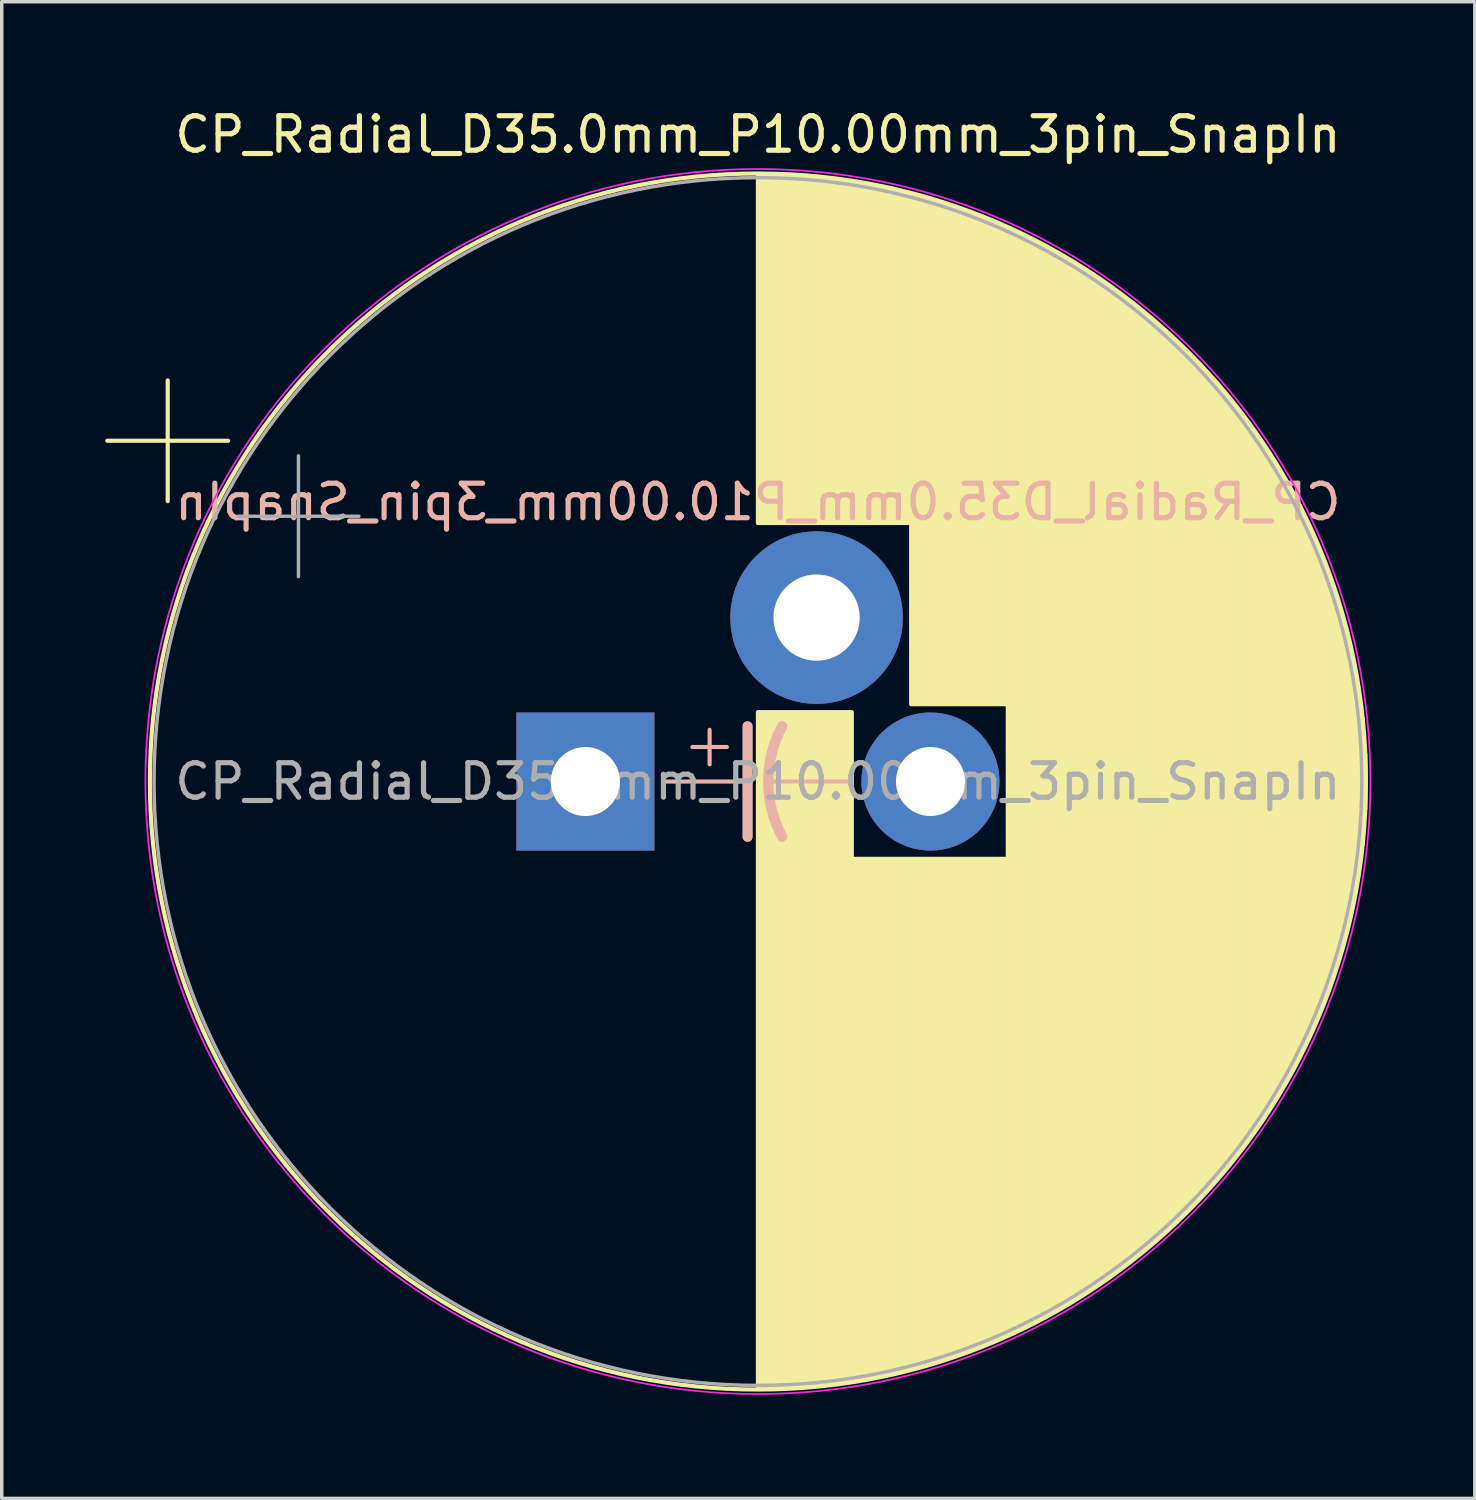
<source format=kicad_pcb>
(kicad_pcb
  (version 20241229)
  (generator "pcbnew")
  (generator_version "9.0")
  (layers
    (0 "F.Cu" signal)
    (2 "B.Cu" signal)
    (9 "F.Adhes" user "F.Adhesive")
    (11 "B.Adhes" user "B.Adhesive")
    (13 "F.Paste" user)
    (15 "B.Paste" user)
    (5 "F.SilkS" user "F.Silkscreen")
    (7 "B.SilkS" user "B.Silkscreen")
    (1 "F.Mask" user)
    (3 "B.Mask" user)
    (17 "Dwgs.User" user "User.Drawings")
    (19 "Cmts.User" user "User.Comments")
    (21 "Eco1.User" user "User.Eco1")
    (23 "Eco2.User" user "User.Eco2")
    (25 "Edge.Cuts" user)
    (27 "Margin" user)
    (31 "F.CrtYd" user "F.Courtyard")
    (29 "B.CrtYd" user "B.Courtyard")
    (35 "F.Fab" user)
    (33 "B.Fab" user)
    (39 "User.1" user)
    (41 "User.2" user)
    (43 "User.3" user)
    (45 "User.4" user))
  (footprint "CP_Radial_D35.0mm_P10.00mm_3pin_SnapIn"
    (layer "F.Cu")
    (at 13.914 19.598)
    (property "Reference" "CP_Radial_D35.0mm_P10.00mm_3pin_SnapIn" (at 5 -18.75 0) (layer "F.SilkS") (effects (font (size 1 1) (thickness 0.15))))
    (fp_line (start -13.854 -9.875) (end -10.354 -9.875) (stroke (width 0.12) (type solid)) (layer "F.SilkS"))
    (fp_line (start -12.104 -11.625) (end -12.104 -8.125) (stroke (width 0.12) (type solid)) (layer "F.SilkS"))
    (fp_line (start 5 -17.58) (end 5 -7.49) (stroke (width 0.12) (type solid)) (layer "F.SilkS"))
    (fp_line (start 5 -2.01) (end 5 17.58) (stroke (width 0.12) (type solid)) (layer "F.SilkS"))
    (fp_line (start 5.04 -17.58) (end 5.04 -7.49) (stroke (width 0.12) (type solid)) (layer "F.SilkS"))
    (fp_line (start 5.04 -2.01) (end 5.04 17.58) (stroke (width 0.12) (type solid)) (layer "F.SilkS"))
    (fp_line (start 5.08 -17.58) (end 5.08 -7.49) (stroke (width 0.12) (type solid)) (layer "F.SilkS"))
    (fp_line (start 5.08 -2.01) (end 5.08 17.58) (stroke (width 0.12) (type solid)) (layer "F.SilkS"))
    (fp_line (start 5.12 -17.58) (end 5.12 -7.49) (stroke (width 0.12) (type solid)) (layer "F.SilkS"))
    (fp_line (start 5.12 -2.01) (end 5.12 17.58) (stroke (width 0.12) (type solid)) (layer "F.SilkS"))
    (fp_line (start 5.16 -17.58) (end 5.16 -7.49) (stroke (width 0.12) (type solid)) (layer "F.SilkS"))
    (fp_line (start 5.16 -2.01) (end 5.16 17.58) (stroke (width 0.12) (type solid)) (layer "F.SilkS"))
    (fp_line (start 5.2 -17.579) (end 5.2 -7.49) (stroke (width 0.12) (type solid)) (layer "F.SilkS"))
    (fp_line (start 5.2 -2.01) (end 5.2 17.579) (stroke (width 0.12) (type solid)) (layer "F.SilkS"))
    (fp_line (start 5.24 -17.579) (end 5.24 -7.49) (stroke (width 0.12) (type solid)) (layer "F.SilkS"))
    (fp_line (start 5.24 -2.01) (end 5.24 17.579) (stroke (width 0.12) (type solid)) (layer "F.SilkS"))
    (fp_line (start 5.28 -17.578) (end 5.28 -7.49) (stroke (width 0.12) (type solid)) (layer "F.SilkS"))
    (fp_line (start 5.28 -2.01) (end 5.28 17.578) (stroke (width 0.12) (type solid)) (layer "F.SilkS"))
    (fp_line (start 5.32 -17.578) (end 5.32 -7.49) (stroke (width 0.12) (type solid)) (layer "F.SilkS"))
    (fp_line (start 5.32 -2.01) (end 5.32 17.578) (stroke (width 0.12) (type solid)) (layer "F.SilkS"))
    (fp_line (start 5.36 -17.577) (end 5.36 -7.49) (stroke (width 0.12) (type solid)) (layer "F.SilkS"))
    (fp_line (start 5.36 -2.01) (end 5.36 17.577) (stroke (width 0.12) (type solid)) (layer "F.SilkS"))
    (fp_line (start 5.4 -17.576) (end 5.4 -7.49) (stroke (width 0.12) (type solid)) (layer "F.SilkS"))
    (fp_line (start 5.4 -2.01) (end 5.4 17.576) (stroke (width 0.12) (type solid)) (layer "F.SilkS"))
    (fp_line (start 5.44 -17.575) (end 5.44 -7.49) (stroke (width 0.12) (type solid)) (layer "F.SilkS"))
    (fp_line (start 5.44 -2.01) (end 5.44 17.575) (stroke (width 0.12) (type solid)) (layer "F.SilkS"))
    (fp_line (start 5.48 -17.574) (end 5.48 -7.49) (stroke (width 0.12) (type solid)) (layer "F.SilkS"))
    (fp_line (start 5.48 -2.01) (end 5.48 17.574) (stroke (width 0.12) (type solid)) (layer "F.SilkS"))
    (fp_line (start 5.52 -17.573) (end 5.52 -7.49) (stroke (width 0.12) (type solid)) (layer "F.SilkS"))
    (fp_line (start 5.52 -2.01) (end 5.52 17.573) (stroke (width 0.12) (type solid)) (layer "F.SilkS"))
    (fp_line (start 5.56 -17.572) (end 5.56 -7.49) (stroke (width 0.12) (type solid)) (layer "F.SilkS"))
    (fp_line (start 5.56 -2.01) (end 5.56 17.572) (stroke (width 0.12) (type solid)) (layer "F.SilkS"))
    (fp_line (start 5.6 -17.57) (end 5.6 -7.49) (stroke (width 0.12) (type solid)) (layer "F.SilkS"))
    (fp_line (start 5.6 -2.01) (end 5.6 17.57) (stroke (width 0.12) (type solid)) (layer "F.SilkS"))
    (fp_line (start 5.64 -17.569) (end 5.64 -7.49) (stroke (width 0.12) (type solid)) (layer "F.SilkS"))
    (fp_line (start 5.64 -2.01) (end 5.64 17.569) (stroke (width 0.12) (type solid)) (layer "F.SilkS"))
    (fp_line (start 5.68 -17.567) (end 5.68 -7.49) (stroke (width 0.12) (type solid)) (layer "F.SilkS"))
    (fp_line (start 5.68 -2.01) (end 5.68 17.567) (stroke (width 0.12) (type solid)) (layer "F.SilkS"))
    (fp_line (start 5.721 -17.566) (end 5.721 -7.49) (stroke (width 0.12) (type solid)) (layer "F.SilkS"))
    (fp_line (start 5.721 -2.01) (end 5.721 17.566) (stroke (width 0.12) (type solid)) (layer "F.SilkS"))
    (fp_line (start 5.761 -17.564) (end 5.761 -7.49) (stroke (width 0.12) (type solid)) (layer "F.SilkS"))
    (fp_line (start 5.761 -2.01) (end 5.761 17.564) (stroke (width 0.12) (type solid)) (layer "F.SilkS"))
    (fp_line (start 5.801 -17.562) (end 5.801 -7.49) (stroke (width 0.12) (type solid)) (layer "F.SilkS"))
    (fp_line (start 5.801 -2.01) (end 5.801 17.562) (stroke (width 0.12) (type solid)) (layer "F.SilkS"))
    (fp_line (start 5.841 -17.56) (end 5.841 -7.49) (stroke (width 0.12) (type solid)) (layer "F.SilkS"))
    (fp_line (start 5.841 -2.01) (end 5.841 17.56) (stroke (width 0.12) (type solid)) (layer "F.SilkS"))
    (fp_line (start 5.881 -17.559) (end 5.881 -7.49) (stroke (width 0.12) (type solid)) (layer "F.SilkS"))
    (fp_line (start 5.881 -2.01) (end 5.881 17.559) (stroke (width 0.12) (type solid)) (layer "F.SilkS"))
    (fp_line (start 5.921 -17.556) (end 5.921 -7.49) (stroke (width 0.12) (type solid)) (layer "F.SilkS"))
    (fp_line (start 5.921 -2.01) (end 5.921 17.556) (stroke (width 0.12) (type solid)) (layer "F.SilkS"))
    (fp_line (start 5.961 -17.554) (end 5.961 -7.49) (stroke (width 0.12) (type solid)) (layer "F.SilkS"))
    (fp_line (start 5.961 -2.01) (end 5.961 17.554) (stroke (width 0.12) (type solid)) (layer "F.SilkS"))
    (fp_line (start 6.001 -17.552) (end 6.001 -7.49) (stroke (width 0.12) (type solid)) (layer "F.SilkS"))
    (fp_line (start 6.001 -2.01) (end 6.001 17.552) (stroke (width 0.12) (type solid)) (layer "F.SilkS"))
    (fp_line (start 6.041 -17.55) (end 6.041 -7.49) (stroke (width 0.12) (type solid)) (layer "F.SilkS"))
    (fp_line (start 6.041 -2.01) (end 6.041 17.55) (stroke (width 0.12) (type solid)) (layer "F.SilkS"))
    (fp_line (start 6.081 -17.547) (end 6.081 -7.49) (stroke (width 0.12) (type solid)) (layer "F.SilkS"))
    (fp_line (start 6.081 -2.01) (end 6.081 17.547) (stroke (width 0.12) (type solid)) (layer "F.SilkS"))
    (fp_line (start 6.121 -17.545) (end 6.121 -7.49) (stroke (width 0.12) (type solid)) (layer "F.SilkS"))
    (fp_line (start 6.121 -2.01) (end 6.121 17.545) (stroke (width 0.12) (type solid)) (layer "F.SilkS"))
    (fp_line (start 6.161 -17.542) (end 6.161 -7.49) (stroke (width 0.12) (type solid)) (layer "F.SilkS"))
    (fp_line (start 6.161 -2.01) (end 6.161 17.542) (stroke (width 0.12) (type solid)) (layer "F.SilkS"))
    (fp_line (start 6.201 -17.54) (end 6.201 -7.49) (stroke (width 0.12) (type solid)) (layer "F.SilkS"))
    (fp_line (start 6.201 -2.01) (end 6.201 17.54) (stroke (width 0.12) (type solid)) (layer "F.SilkS"))
    (fp_line (start 6.241 -17.537) (end 6.241 -7.49) (stroke (width 0.12) (type solid)) (layer "F.SilkS"))
    (fp_line (start 6.241 -2.01) (end 6.241 17.537) (stroke (width 0.12) (type solid)) (layer "F.SilkS"))
    (fp_line (start 6.281 -17.534) (end 6.281 -7.49) (stroke (width 0.12) (type solid)) (layer "F.SilkS"))
    (fp_line (start 6.281 -2.01) (end 6.281 17.534) (stroke (width 0.12) (type solid)) (layer "F.SilkS"))
    (fp_line (start 6.321 -17.531) (end 6.321 -7.49) (stroke (width 0.12) (type solid)) (layer "F.SilkS"))
    (fp_line (start 6.321 -2.01) (end 6.321 17.531) (stroke (width 0.12) (type solid)) (layer "F.SilkS"))
    (fp_line (start 6.361 -17.528) (end 6.361 -7.49) (stroke (width 0.12) (type solid)) (layer "F.SilkS"))
    (fp_line (start 6.361 -2.01) (end 6.361 17.528) (stroke (width 0.12) (type solid)) (layer "F.SilkS"))
    (fp_line (start 6.401 -17.525) (end 6.401 -7.49) (stroke (width 0.12) (type solid)) (layer "F.SilkS"))
    (fp_line (start 6.401 -2.01) (end 6.401 17.525) (stroke (width 0.12) (type solid)) (layer "F.SilkS"))
    (fp_line (start 6.441 -17.522) (end 6.441 -7.49) (stroke (width 0.12) (type solid)) (layer "F.SilkS"))
    (fp_line (start 6.441 -2.01) (end 6.441 17.522) (stroke (width 0.12) (type solid)) (layer "F.SilkS"))
    (fp_line (start 6.481 -17.518) (end 6.481 -7.49) (stroke (width 0.12) (type solid)) (layer "F.SilkS"))
    (fp_line (start 6.481 -2.01) (end 6.481 17.518) (stroke (width 0.12) (type solid)) (layer "F.SilkS"))
    (fp_line (start 6.521 -17.515) (end 6.521 -7.49) (stroke (width 0.12) (type solid)) (layer "F.SilkS"))
    (fp_line (start 6.521 -2.01) (end 6.521 17.515) (stroke (width 0.12) (type solid)) (layer "F.SilkS"))
    (fp_line (start 6.561 -17.511) (end 6.561 -7.49) (stroke (width 0.12) (type solid)) (layer "F.SilkS"))
    (fp_line (start 6.561 -2.01) (end 6.561 17.511) (stroke (width 0.12) (type solid)) (layer "F.SilkS"))
    (fp_line (start 6.601 -17.508) (end 6.601 -7.49) (stroke (width 0.12) (type solid)) (layer "F.SilkS"))
    (fp_line (start 6.601 -2.01) (end 6.601 17.508) (stroke (width 0.12) (type solid)) (layer "F.SilkS"))
    (fp_line (start 6.641 -17.504) (end 6.641 -7.49) (stroke (width 0.12) (type solid)) (layer "F.SilkS"))
    (fp_line (start 6.641 -2.01) (end 6.641 17.504) (stroke (width 0.12) (type solid)) (layer "F.SilkS"))
    (fp_line (start 6.681 -17.5) (end 6.681 -7.49) (stroke (width 0.12) (type solid)) (layer "F.SilkS"))
    (fp_line (start 6.681 -2.01) (end 6.681 17.5) (stroke (width 0.12) (type solid)) (layer "F.SilkS"))
    (fp_line (start 6.721 -17.496) (end 6.721 -7.49) (stroke (width 0.12) (type solid)) (layer "F.SilkS"))
    (fp_line (start 6.721 -2.01) (end 6.721 17.496) (stroke (width 0.12) (type solid)) (layer "F.SilkS"))
    (fp_line (start 6.761 -17.492) (end 6.761 -7.49) (stroke (width 0.12) (type solid)) (layer "F.SilkS"))
    (fp_line (start 6.761 -2.01) (end 6.761 17.492) (stroke (width 0.12) (type solid)) (layer "F.SilkS"))
    (fp_line (start 6.801 -17.488) (end 6.801 -7.49) (stroke (width 0.12) (type solid)) (layer "F.SilkS"))
    (fp_line (start 6.801 -2.01) (end 6.801 17.488) (stroke (width 0.12) (type solid)) (layer "F.SilkS"))
    (fp_line (start 6.841 -17.484) (end 6.841 -7.49) (stroke (width 0.12) (type solid)) (layer "F.SilkS"))
    (fp_line (start 6.841 -2.01) (end 6.841 17.484) (stroke (width 0.12) (type solid)) (layer "F.SilkS"))
    (fp_line (start 6.881 -17.48) (end 6.881 -7.49) (stroke (width 0.12) (type solid)) (layer "F.SilkS"))
    (fp_line (start 6.881 -2.01) (end 6.881 17.48) (stroke (width 0.12) (type solid)) (layer "F.SilkS"))
    (fp_line (start 6.921 -17.476) (end 6.921 -7.49) (stroke (width 0.12) (type solid)) (layer "F.SilkS"))
    (fp_line (start 6.921 -2.01) (end 6.921 17.476) (stroke (width 0.12) (type solid)) (layer "F.SilkS"))
    (fp_line (start 6.961 -17.471) (end 6.961 -7.49) (stroke (width 0.12) (type solid)) (layer "F.SilkS"))
    (fp_line (start 6.961 -2.01) (end 6.961 17.471) (stroke (width 0.12) (type solid)) (layer "F.SilkS"))
    (fp_line (start 7.001 -17.467) (end 7.001 -7.49) (stroke (width 0.12) (type solid)) (layer "F.SilkS"))
    (fp_line (start 7.001 -2.01) (end 7.001 17.467) (stroke (width 0.12) (type solid)) (layer "F.SilkS"))
    (fp_line (start 7.041 -17.462) (end 7.041 -7.49) (stroke (width 0.12) (type solid)) (layer "F.SilkS"))
    (fp_line (start 7.041 -2.01) (end 7.041 17.462) (stroke (width 0.12) (type solid)) (layer "F.SilkS"))
    (fp_line (start 7.081 -17.457) (end 7.081 -7.49) (stroke (width 0.12) (type solid)) (layer "F.SilkS"))
    (fp_line (start 7.081 -2.01) (end 7.081 17.457) (stroke (width 0.12) (type solid)) (layer "F.SilkS"))
    (fp_line (start 7.121 -17.452) (end 7.121 -7.49) (stroke (width 0.12) (type solid)) (layer "F.SilkS"))
    (fp_line (start 7.121 -2.01) (end 7.121 17.452) (stroke (width 0.12) (type solid)) (layer "F.SilkS"))
    (fp_line (start 7.161 -17.448) (end 7.161 -7.49) (stroke (width 0.12) (type solid)) (layer "F.SilkS"))
    (fp_line (start 7.161 -2.01) (end 7.161 17.448) (stroke (width 0.12) (type solid)) (layer "F.SilkS"))
    (fp_line (start 7.201 -17.443) (end 7.201 -7.49) (stroke (width 0.12) (type solid)) (layer "F.SilkS"))
    (fp_line (start 7.201 -2.01) (end 7.201 17.443) (stroke (width 0.12) (type solid)) (layer "F.SilkS"))
    (fp_line (start 7.241 -17.438) (end 7.241 -7.49) (stroke (width 0.12) (type solid)) (layer "F.SilkS"))
    (fp_line (start 7.241 -2.01) (end 7.241 17.438) (stroke (width 0.12) (type solid)) (layer "F.SilkS"))
    (fp_line (start 7.281 -17.432) (end 7.281 -7.49) (stroke (width 0.12) (type solid)) (layer "F.SilkS"))
    (fp_line (start 7.281 -2.01) (end 7.281 17.432) (stroke (width 0.12) (type solid)) (layer "F.SilkS"))
    (fp_line (start 7.321 -17.427) (end 7.321 -7.49) (stroke (width 0.12) (type solid)) (layer "F.SilkS"))
    (fp_line (start 7.321 -2.01) (end 7.321 17.427) (stroke (width 0.12) (type solid)) (layer "F.SilkS"))
    (fp_line (start 7.361 -17.422) (end 7.361 -7.49) (stroke (width 0.12) (type solid)) (layer "F.SilkS"))
    (fp_line (start 7.361 -2.01) (end 7.361 17.422) (stroke (width 0.12) (type solid)) (layer "F.SilkS"))
    (fp_line (start 7.401 -17.416) (end 7.401 -7.49) (stroke (width 0.12) (type solid)) (layer "F.SilkS"))
    (fp_line (start 7.401 -2.01) (end 7.401 17.416) (stroke (width 0.12) (type solid)) (layer "F.SilkS"))
    (fp_line (start 7.441 -17.411) (end 7.441 -7.49) (stroke (width 0.12) (type solid)) (layer "F.SilkS"))
    (fp_line (start 7.441 -2.01) (end 7.441 17.411) (stroke (width 0.12) (type solid)) (layer "F.SilkS"))
    (fp_line (start 7.481 -17.405) (end 7.481 -7.49) (stroke (width 0.12) (type solid)) (layer "F.SilkS"))
    (fp_line (start 7.481 -2.01) (end 7.481 17.405) (stroke (width 0.12) (type solid)) (layer "F.SilkS"))
    (fp_line (start 7.521 -17.399) (end 7.521 -7.49) (stroke (width 0.12) (type solid)) (layer "F.SilkS"))
    (fp_line (start 7.521 -2.01) (end 7.521 17.399) (stroke (width 0.12) (type solid)) (layer "F.SilkS"))
    (fp_line (start 7.561 -17.394) (end 7.561 -7.49) (stroke (width 0.12) (type solid)) (layer "F.SilkS"))
    (fp_line (start 7.561 -2.01) (end 7.561 17.394) (stroke (width 0.12) (type solid)) (layer "F.SilkS"))
    (fp_line (start 7.601 -17.388) (end 7.601 -7.49) (stroke (width 0.12) (type solid)) (layer "F.SilkS"))
    (fp_line (start 7.601 -2.01) (end 7.601 17.388) (stroke (width 0.12) (type solid)) (layer "F.SilkS"))
    (fp_line (start 7.641 -17.382) (end 7.641 -7.49) (stroke (width 0.12) (type solid)) (layer "F.SilkS"))
    (fp_line (start 7.641 -2.01) (end 7.641 17.382) (stroke (width 0.12) (type solid)) (layer "F.SilkS"))
    (fp_line (start 7.681 -17.375) (end 7.681 -7.49) (stroke (width 0.12) (type solid)) (layer "F.SilkS"))
    (fp_line (start 7.681 -2.01) (end 7.681 17.375) (stroke (width 0.12) (type solid)) (layer "F.SilkS"))
    (fp_line (start 7.721 -17.369) (end 7.721 -7.49) (stroke (width 0.12) (type solid)) (layer "F.SilkS"))
    (fp_line (start 7.721 -2.01) (end 7.721 17.369) (stroke (width 0.12) (type solid)) (layer "F.SilkS"))
    (fp_line (start 7.761 -17.363) (end 7.761 -7.49) (stroke (width 0.12) (type solid)) (layer "F.SilkS"))
    (fp_line (start 7.761 2.24) (end 7.761 17.363) (stroke (width 0.12) (type solid)) (layer "F.SilkS"))
    (fp_line (start 7.801 -17.357) (end 7.801 -7.49) (stroke (width 0.12) (type solid)) (layer "F.SilkS"))
    (fp_line (start 7.801 2.24) (end 7.801 17.357) (stroke (width 0.12) (type solid)) (layer "F.SilkS"))
    (fp_line (start 7.841 -17.35) (end 7.841 -7.49) (stroke (width 0.12) (type solid)) (layer "F.SilkS"))
    (fp_line (start 7.841 2.24) (end 7.841 17.35) (stroke (width 0.12) (type solid)) (layer "F.SilkS"))
    (fp_line (start 7.881 -17.344) (end 7.881 -7.49) (stroke (width 0.12) (type solid)) (layer "F.SilkS"))
    (fp_line (start 7.881 2.24) (end 7.881 17.344) (stroke (width 0.12) (type solid)) (layer "F.SilkS"))
    (fp_line (start 7.921 -17.337) (end 7.921 -7.49) (stroke (width 0.12) (type solid)) (layer "F.SilkS"))
    (fp_line (start 7.921 2.24) (end 7.921 17.337) (stroke (width 0.12) (type solid)) (layer "F.SilkS"))
    (fp_line (start 7.961 -17.33) (end 7.961 -7.49) (stroke (width 0.12) (type solid)) (layer "F.SilkS"))
    (fp_line (start 7.961 2.24) (end 7.961 17.33) (stroke (width 0.12) (type solid)) (layer "F.SilkS"))
    (fp_line (start 8.001 -17.323) (end 8.001 -7.49) (stroke (width 0.12) (type solid)) (layer "F.SilkS"))
    (fp_line (start 8.001 2.24) (end 8.001 17.323) (stroke (width 0.12) (type solid)) (layer "F.SilkS"))
    (fp_line (start 8.041 -17.316) (end 8.041 -7.49) (stroke (width 0.12) (type solid)) (layer "F.SilkS"))
    (fp_line (start 8.041 2.24) (end 8.041 17.316) (stroke (width 0.12) (type solid)) (layer "F.SilkS"))
    (fp_line (start 8.081 -17.309) (end 8.081 -7.49) (stroke (width 0.12) (type solid)) (layer "F.SilkS"))
    (fp_line (start 8.081 2.24) (end 8.081 17.309) (stroke (width 0.12) (type solid)) (layer "F.SilkS"))
    (fp_line (start 8.121 -17.302) (end 8.121 -7.49) (stroke (width 0.12) (type solid)) (layer "F.SilkS"))
    (fp_line (start 8.121 2.24) (end 8.121 17.302) (stroke (width 0.12) (type solid)) (layer "F.SilkS"))
    (fp_line (start 8.161 -17.295) (end 8.161 -7.49) (stroke (width 0.12) (type solid)) (layer "F.SilkS"))
    (fp_line (start 8.161 2.24) (end 8.161 17.295) (stroke (width 0.12) (type solid)) (layer "F.SilkS"))
    (fp_line (start 8.201 -17.287) (end 8.201 -7.49) (stroke (width 0.12) (type solid)) (layer "F.SilkS"))
    (fp_line (start 8.201 2.24) (end 8.201 17.287) (stroke (width 0.12) (type solid)) (layer "F.SilkS"))
    (fp_line (start 8.241 -17.28) (end 8.241 -7.49) (stroke (width 0.12) (type solid)) (layer "F.SilkS"))
    (fp_line (start 8.241 2.24) (end 8.241 17.28) (stroke (width 0.12) (type solid)) (layer "F.SilkS"))
    (fp_line (start 8.281 -17.273) (end 8.281 -7.49) (stroke (width 0.12) (type solid)) (layer "F.SilkS"))
    (fp_line (start 8.281 2.24) (end 8.281 17.273) (stroke (width 0.12) (type solid)) (layer "F.SilkS"))
    (fp_line (start 8.321 -17.265) (end 8.321 -7.49) (stroke (width 0.12) (type solid)) (layer "F.SilkS"))
    (fp_line (start 8.321 2.24) (end 8.321 17.265) (stroke (width 0.12) (type solid)) (layer "F.SilkS"))
    (fp_line (start 8.361 -17.257) (end 8.361 -7.49) (stroke (width 0.12) (type solid)) (layer "F.SilkS"))
    (fp_line (start 8.361 2.24) (end 8.361 17.257) (stroke (width 0.12) (type solid)) (layer "F.SilkS"))
    (fp_line (start 8.401 -17.249) (end 8.401 -7.49) (stroke (width 0.12) (type solid)) (layer "F.SilkS"))
    (fp_line (start 8.401 2.24) (end 8.401 17.249) (stroke (width 0.12) (type solid)) (layer "F.SilkS"))
    (fp_line (start 8.441 -17.241) (end 8.441 -7.49) (stroke (width 0.12) (type solid)) (layer "F.SilkS"))
    (fp_line (start 8.441 2.24) (end 8.441 17.241) (stroke (width 0.12) (type solid)) (layer "F.SilkS"))
    (fp_line (start 8.481 -17.233) (end 8.481 -7.49) (stroke (width 0.12) (type solid)) (layer "F.SilkS"))
    (fp_line (start 8.481 2.24) (end 8.481 17.233) (stroke (width 0.12) (type solid)) (layer "F.SilkS"))
    (fp_line (start 8.521 -17.225) (end 8.521 -7.49) (stroke (width 0.12) (type solid)) (layer "F.SilkS"))
    (fp_line (start 8.521 2.24) (end 8.521 17.225) (stroke (width 0.12) (type solid)) (layer "F.SilkS"))
    (fp_line (start 8.561 -17.217) (end 8.561 -7.49) (stroke (width 0.12) (type solid)) (layer "F.SilkS"))
    (fp_line (start 8.561 2.24) (end 8.561 17.217) (stroke (width 0.12) (type solid)) (layer "F.SilkS"))
    (fp_line (start 8.601 -17.209) (end 8.601 -7.49) (stroke (width 0.12) (type solid)) (layer "F.SilkS"))
    (fp_line (start 8.601 2.24) (end 8.601 17.209) (stroke (width 0.12) (type solid)) (layer "F.SilkS"))
    (fp_line (start 8.641 -17.2) (end 8.641 -7.49) (stroke (width 0.12) (type solid)) (layer "F.SilkS"))
    (fp_line (start 8.641 2.24) (end 8.641 17.2) (stroke (width 0.12) (type solid)) (layer "F.SilkS"))
    (fp_line (start 8.681 -17.192) (end 8.681 -7.49) (stroke (width 0.12) (type solid)) (layer "F.SilkS"))
    (fp_line (start 8.681 2.24) (end 8.681 17.192) (stroke (width 0.12) (type solid)) (layer "F.SilkS"))
    (fp_line (start 8.721 -17.183) (end 8.721 -7.49) (stroke (width 0.12) (type solid)) (layer "F.SilkS"))
    (fp_line (start 8.721 2.24) (end 8.721 17.183) (stroke (width 0.12) (type solid)) (layer "F.SilkS"))
    (fp_line (start 8.761 -17.175) (end 8.761 -7.49) (stroke (width 0.12) (type solid)) (layer "F.SilkS"))
    (fp_line (start 8.761 2.24) (end 8.761 17.175) (stroke (width 0.12) (type solid)) (layer "F.SilkS"))
    (fp_line (start 8.801 -17.166) (end 8.801 -7.49) (stroke (width 0.12) (type solid)) (layer "F.SilkS"))
    (fp_line (start 8.801 2.24) (end 8.801 17.166) (stroke (width 0.12) (type solid)) (layer "F.SilkS"))
    (fp_line (start 8.841 -17.157) (end 8.841 -7.49) (stroke (width 0.12) (type solid)) (layer "F.SilkS"))
    (fp_line (start 8.841 2.24) (end 8.841 17.157) (stroke (width 0.12) (type solid)) (layer "F.SilkS"))
    (fp_line (start 8.881 -17.148) (end 8.881 -7.49) (stroke (width 0.12) (type solid)) (layer "F.SilkS"))
    (fp_line (start 8.881 2.24) (end 8.881 17.148) (stroke (width 0.12) (type solid)) (layer "F.SilkS"))
    (fp_line (start 8.921 -17.139) (end 8.921 -7.49) (stroke (width 0.12) (type solid)) (layer "F.SilkS"))
    (fp_line (start 8.921 2.24) (end 8.921 17.139) (stroke (width 0.12) (type solid)) (layer "F.SilkS"))
    (fp_line (start 8.961 -17.13) (end 8.961 -7.49) (stroke (width 0.12) (type solid)) (layer "F.SilkS"))
    (fp_line (start 8.961 2.24) (end 8.961 17.13) (stroke (width 0.12) (type solid)) (layer "F.SilkS"))
    (fp_line (start 9.001 -17.12) (end 9.001 -7.49) (stroke (width 0.12) (type solid)) (layer "F.SilkS"))
    (fp_line (start 9.001 2.24) (end 9.001 17.12) (stroke (width 0.12) (type solid)) (layer "F.SilkS"))
    (fp_line (start 9.041 -17.111) (end 9.041 -7.49) (stroke (width 0.12) (type solid)) (layer "F.SilkS"))
    (fp_line (start 9.041 2.24) (end 9.041 17.111) (stroke (width 0.12) (type solid)) (layer "F.SilkS"))
    (fp_line (start 9.081 -17.102) (end 9.081 -7.49) (stroke (width 0.12) (type solid)) (layer "F.SilkS"))
    (fp_line (start 9.081 2.24) (end 9.081 17.102) (stroke (width 0.12) (type solid)) (layer "F.SilkS"))
    (fp_line (start 9.121 -17.092) (end 9.121 -7.49) (stroke (width 0.12) (type solid)) (layer "F.SilkS"))
    (fp_line (start 9.121 2.24) (end 9.121 17.092) (stroke (width 0.12) (type solid)) (layer "F.SilkS"))
    (fp_line (start 9.161 -17.082) (end 9.161 -7.49) (stroke (width 0.12) (type solid)) (layer "F.SilkS"))
    (fp_line (start 9.161 2.24) (end 9.161 17.082) (stroke (width 0.12) (type solid)) (layer "F.SilkS"))
    (fp_line (start 9.201 -17.073) (end 9.201 -7.49) (stroke (width 0.12) (type solid)) (layer "F.SilkS"))
    (fp_line (start 9.201 2.24) (end 9.201 17.073) (stroke (width 0.12) (type solid)) (layer "F.SilkS"))
    (fp_line (start 9.241 -17.063) (end 9.241 -7.49) (stroke (width 0.12) (type solid)) (layer "F.SilkS"))
    (fp_line (start 9.241 2.24) (end 9.241 17.063) (stroke (width 0.12) (type solid)) (layer "F.SilkS"))
    (fp_line (start 9.281 -17.053) (end 9.281 -7.49) (stroke (width 0.12) (type solid)) (layer "F.SilkS"))
    (fp_line (start 9.281 2.24) (end 9.281 17.053) (stroke (width 0.12) (type solid)) (layer "F.SilkS"))
    (fp_line (start 9.321 -17.043) (end 9.321 -7.49) (stroke (width 0.12) (type solid)) (layer "F.SilkS"))
    (fp_line (start 9.321 2.24) (end 9.321 17.043) (stroke (width 0.12) (type solid)) (layer "F.SilkS"))
    (fp_line (start 9.361 -17.033) (end 9.361 -7.49) (stroke (width 0.12) (type solid)) (layer "F.SilkS"))
    (fp_line (start 9.361 2.24) (end 9.361 17.033) (stroke (width 0.12) (type solid)) (layer "F.SilkS"))
    (fp_line (start 9.401 -17.022) (end 9.401 -7.49) (stroke (width 0.12) (type solid)) (layer "F.SilkS"))
    (fp_line (start 9.401 2.24) (end 9.401 17.022) (stroke (width 0.12) (type solid)) (layer "F.SilkS"))
    (fp_line (start 9.441 -17.012) (end 9.441 -2.24) (stroke (width 0.12) (type solid)) (layer "F.SilkS"))
    (fp_line (start 9.441 2.24) (end 9.441 17.012) (stroke (width 0.12) (type solid)) (layer "F.SilkS"))
    (fp_line (start 9.481 -17.001) (end 9.481 -2.24) (stroke (width 0.12) (type solid)) (layer "F.SilkS"))
    (fp_line (start 9.481 2.24) (end 9.481 17.001) (stroke (width 0.12) (type solid)) (layer "F.SilkS"))
    (fp_line (start 9.521 -16.991) (end 9.521 -2.24) (stroke (width 0.12) (type solid)) (layer "F.SilkS"))
    (fp_line (start 9.521 2.24) (end 9.521 16.991) (stroke (width 0.12) (type solid)) (layer "F.SilkS"))
    (fp_line (start 9.561 -16.98) (end 9.561 -2.24) (stroke (width 0.12) (type solid)) (layer "F.SilkS"))
    (fp_line (start 9.561 2.24) (end 9.561 16.98) (stroke (width 0.12) (type solid)) (layer "F.SilkS"))
    (fp_line (start 9.601 -16.969) (end 9.601 -2.24) (stroke (width 0.12) (type solid)) (layer "F.SilkS"))
    (fp_line (start 9.601 2.24) (end 9.601 16.969) (stroke (width 0.12) (type solid)) (layer "F.SilkS"))
    (fp_line (start 9.641 -16.959) (end 9.641 -2.24) (stroke (width 0.12) (type solid)) (layer "F.SilkS"))
    (fp_line (start 9.641 2.24) (end 9.641 16.959) (stroke (width 0.12) (type solid)) (layer "F.SilkS"))
    (fp_line (start 9.681 -16.948) (end 9.681 -2.24) (stroke (width 0.12) (type solid)) (layer "F.SilkS"))
    (fp_line (start 9.681 2.24) (end 9.681 16.948) (stroke (width 0.12) (type solid)) (layer "F.SilkS"))
    (fp_line (start 9.721 -16.937) (end 9.721 -2.24) (stroke (width 0.12) (type solid)) (layer "F.SilkS"))
    (fp_line (start 9.721 2.24) (end 9.721 16.937) (stroke (width 0.12) (type solid)) (layer "F.SilkS"))
    (fp_line (start 9.761 -16.925) (end 9.761 -2.24) (stroke (width 0.12) (type solid)) (layer "F.SilkS"))
    (fp_line (start 9.761 2.24) (end 9.761 16.925) (stroke (width 0.12) (type solid)) (layer "F.SilkS"))
    (fp_line (start 9.801 -16.914) (end 9.801 -2.24) (stroke (width 0.12) (type solid)) (layer "F.SilkS"))
    (fp_line (start 9.801 2.24) (end 9.801 16.914) (stroke (width 0.12) (type solid)) (layer "F.SilkS"))
    (fp_line (start 9.841 -16.903) (end 9.841 -2.24) (stroke (width 0.12) (type solid)) (layer "F.SilkS"))
    (fp_line (start 9.841 2.24) (end 9.841 16.903) (stroke (width 0.12) (type solid)) (layer "F.SilkS"))
    (fp_line (start 9.881 -16.891) (end 9.881 -2.24) (stroke (width 0.12) (type solid)) (layer "F.SilkS"))
    (fp_line (start 9.881 2.24) (end 9.881 16.891) (stroke (width 0.12) (type solid)) (layer "F.SilkS"))
    (fp_line (start 9.921 -16.88) (end 9.921 -2.24) (stroke (width 0.12) (type solid)) (layer "F.SilkS"))
    (fp_line (start 9.921 2.24) (end 9.921 16.88) (stroke (width 0.12) (type solid)) (layer "F.SilkS"))
    (fp_line (start 9.961 -16.868) (end 9.961 -2.24) (stroke (width 0.12) (type solid)) (layer "F.SilkS"))
    (fp_line (start 9.961 2.24) (end 9.961 16.868) (stroke (width 0.12) (type solid)) (layer "F.SilkS"))
    (fp_line (start 10.001 -16.856) (end 10.001 -2.24) (stroke (width 0.12) (type solid)) (layer "F.SilkS"))
    (fp_line (start 10.001 2.24) (end 10.001 16.856) (stroke (width 0.12) (type solid)) (layer "F.SilkS"))
    (fp_line (start 10.041 -16.844) (end 10.041 -2.24) (stroke (width 0.12) (type solid)) (layer "F.SilkS"))
    (fp_line (start 10.041 2.24) (end 10.041 16.844) (stroke (width 0.12) (type solid)) (layer "F.SilkS"))
    (fp_line (start 10.081 -16.832) (end 10.081 -2.24) (stroke (width 0.12) (type solid)) (layer "F.SilkS"))
    (fp_line (start 10.081 2.24) (end 10.081 16.832) (stroke (width 0.12) (type solid)) (layer "F.SilkS"))
    (fp_line (start 10.121 -16.82) (end 10.121 -2.24) (stroke (width 0.12) (type solid)) (layer "F.SilkS"))
    (fp_line (start 10.121 2.24) (end 10.121 16.82) (stroke (width 0.12) (type solid)) (layer "F.SilkS"))
    (fp_line (start 10.161 -16.808) (end 10.161 -2.24) (stroke (width 0.12) (type solid)) (layer "F.SilkS"))
    (fp_line (start 10.161 2.24) (end 10.161 16.808) (stroke (width 0.12) (type solid)) (layer "F.SilkS"))
    (fp_line (start 10.201 -16.796) (end 10.201 -2.24) (stroke (width 0.12) (type solid)) (layer "F.SilkS"))
    (fp_line (start 10.201 2.24) (end 10.201 16.796) (stroke (width 0.12) (type solid)) (layer "F.SilkS"))
    (fp_line (start 10.241 -16.783) (end 10.241 -2.24) (stroke (width 0.12) (type solid)) (layer "F.SilkS"))
    (fp_line (start 10.241 2.24) (end 10.241 16.783) (stroke (width 0.12) (type solid)) (layer "F.SilkS"))
    (fp_line (start 10.281 -16.771) (end 10.281 -2.24) (stroke (width 0.12) (type solid)) (layer "F.SilkS"))
    (fp_line (start 10.281 2.24) (end 10.281 16.771) (stroke (width 0.12) (type solid)) (layer "F.SilkS"))
    (fp_line (start 10.321 -16.758) (end 10.321 -2.24) (stroke (width 0.12) (type solid)) (layer "F.SilkS"))
    (fp_line (start 10.321 2.24) (end 10.321 16.758) (stroke (width 0.12) (type solid)) (layer "F.SilkS"))
    (fp_line (start 10.361 -16.745) (end 10.361 -2.24) (stroke (width 0.12) (type solid)) (layer "F.SilkS"))
    (fp_line (start 10.361 2.24) (end 10.361 16.745) (stroke (width 0.12) (type solid)) (layer "F.SilkS"))
    (fp_line (start 10.401 -16.733) (end 10.401 -2.24) (stroke (width 0.12) (type solid)) (layer "F.SilkS"))
    (fp_line (start 10.401 2.24) (end 10.401 16.733) (stroke (width 0.12) (type solid)) (layer "F.SilkS"))
    (fp_line (start 10.441 -16.72) (end 10.441 -2.24) (stroke (width 0.12) (type solid)) (layer "F.SilkS"))
    (fp_line (start 10.441 2.24) (end 10.441 16.72) (stroke (width 0.12) (type solid)) (layer "F.SilkS"))
    (fp_line (start 10.481 -16.707) (end 10.481 -2.24) (stroke (width 0.12) (type solid)) (layer "F.SilkS"))
    (fp_line (start 10.481 2.24) (end 10.481 16.707) (stroke (width 0.12) (type solid)) (layer "F.SilkS"))
    (fp_line (start 10.521 -16.694) (end 10.521 -2.24) (stroke (width 0.12) (type solid)) (layer "F.SilkS"))
    (fp_line (start 10.521 2.24) (end 10.521 16.694) (stroke (width 0.12) (type solid)) (layer "F.SilkS"))
    (fp_line (start 10.561 -16.68) (end 10.561 -2.24) (stroke (width 0.12) (type solid)) (layer "F.SilkS"))
    (fp_line (start 10.561 2.24) (end 10.561 16.68) (stroke (width 0.12) (type solid)) (layer "F.SilkS"))
    (fp_line (start 10.601 -16.667) (end 10.601 -2.24) (stroke (width 0.12) (type solid)) (layer "F.SilkS"))
    (fp_line (start 10.601 2.24) (end 10.601 16.667) (stroke (width 0.12) (type solid)) (layer "F.SilkS"))
    (fp_line (start 10.641 -16.653) (end 10.641 -2.24) (stroke (width 0.12) (type solid)) (layer "F.SilkS"))
    (fp_line (start 10.641 2.24) (end 10.641 16.653) (stroke (width 0.12) (type solid)) (layer "F.SilkS"))
    (fp_line (start 10.681 -16.64) (end 10.681 -2.24) (stroke (width 0.12) (type solid)) (layer "F.SilkS"))
    (fp_line (start 10.681 2.24) (end 10.681 16.64) (stroke (width 0.12) (type solid)) (layer "F.SilkS"))
    (fp_line (start 10.721 -16.626) (end 10.721 -2.24) (stroke (width 0.12) (type solid)) (layer "F.SilkS"))
    (fp_line (start 10.721 2.24) (end 10.721 16.626) (stroke (width 0.12) (type solid)) (layer "F.SilkS"))
    (fp_line (start 10.761 -16.612) (end 10.761 -2.24) (stroke (width 0.12) (type solid)) (layer "F.SilkS"))
    (fp_line (start 10.761 2.24) (end 10.761 16.612) (stroke (width 0.12) (type solid)) (layer "F.SilkS"))
    (fp_line (start 10.801 -16.599) (end 10.801 -2.24) (stroke (width 0.12) (type solid)) (layer "F.SilkS"))
    (fp_line (start 10.801 2.24) (end 10.801 16.599) (stroke (width 0.12) (type solid)) (layer "F.SilkS"))
    (fp_line (start 10.841 -16.585) (end 10.841 -2.24) (stroke (width 0.12) (type solid)) (layer "F.SilkS"))
    (fp_line (start 10.841 2.24) (end 10.841 16.585) (stroke (width 0.12) (type solid)) (layer "F.SilkS"))
    (fp_line (start 10.881 -16.57) (end 10.881 -2.24) (stroke (width 0.12) (type solid)) (layer "F.SilkS"))
    (fp_line (start 10.881 2.24) (end 10.881 16.57) (stroke (width 0.12) (type solid)) (layer "F.SilkS"))
    (fp_line (start 10.921 -16.556) (end 10.921 -2.24) (stroke (width 0.12) (type solid)) (layer "F.SilkS"))
    (fp_line (start 10.921 2.24) (end 10.921 16.556) (stroke (width 0.12) (type solid)) (layer "F.SilkS"))
    (fp_line (start 10.961 -16.542) (end 10.961 -2.24) (stroke (width 0.12) (type solid)) (layer "F.SilkS"))
    (fp_line (start 10.961 2.24) (end 10.961 16.542) (stroke (width 0.12) (type solid)) (layer "F.SilkS"))
    (fp_line (start 11.001 -16.527) (end 11.001 -2.24) (stroke (width 0.12) (type solid)) (layer "F.SilkS"))
    (fp_line (start 11.001 2.24) (end 11.001 16.527) (stroke (width 0.12) (type solid)) (layer "F.SilkS"))
    (fp_line (start 11.041 -16.513) (end 11.041 -2.24) (stroke (width 0.12) (type solid)) (layer "F.SilkS"))
    (fp_line (start 11.041 2.24) (end 11.041 16.513) (stroke (width 0.12) (type solid)) (layer "F.SilkS"))
    (fp_line (start 11.081 -16.498) (end 11.081 -2.24) (stroke (width 0.12) (type solid)) (layer "F.SilkS"))
    (fp_line (start 11.081 2.24) (end 11.081 16.498) (stroke (width 0.12) (type solid)) (layer "F.SilkS"))
    (fp_line (start 11.121 -16.484) (end 11.121 -2.24) (stroke (width 0.12) (type solid)) (layer "F.SilkS"))
    (fp_line (start 11.121 2.24) (end 11.121 16.484) (stroke (width 0.12) (type solid)) (layer "F.SilkS"))
    (fp_line (start 11.161 -16.469) (end 11.161 -2.24) (stroke (width 0.12) (type solid)) (layer "F.SilkS"))
    (fp_line (start 11.161 2.24) (end 11.161 16.469) (stroke (width 0.12) (type solid)) (layer "F.SilkS"))
    (fp_line (start 11.201 -16.454) (end 11.201 -2.24) (stroke (width 0.12) (type solid)) (layer "F.SilkS"))
    (fp_line (start 11.201 2.24) (end 11.201 16.454) (stroke (width 0.12) (type solid)) (layer "F.SilkS"))
    (fp_line (start 11.241 -16.439) (end 11.241 -2.24) (stroke (width 0.12) (type solid)) (layer "F.SilkS"))
    (fp_line (start 11.241 2.24) (end 11.241 16.439) (stroke (width 0.12) (type solid)) (layer "F.SilkS"))
    (fp_line (start 11.281 -16.423) (end 11.281 -2.24) (stroke (width 0.12) (type solid)) (layer "F.SilkS"))
    (fp_line (start 11.281 2.24) (end 11.281 16.423) (stroke (width 0.12) (type solid)) (layer "F.SilkS"))
    (fp_line (start 11.321 -16.408) (end 11.321 -2.24) (stroke (width 0.12) (type solid)) (layer "F.SilkS"))
    (fp_line (start 11.321 2.24) (end 11.321 16.408) (stroke (width 0.12) (type solid)) (layer "F.SilkS"))
    (fp_line (start 11.361 -16.393) (end 11.361 -2.24) (stroke (width 0.12) (type solid)) (layer "F.SilkS"))
    (fp_line (start 11.361 2.24) (end 11.361 16.393) (stroke (width 0.12) (type solid)) (layer "F.SilkS"))
    (fp_line (start 11.401 -16.377) (end 11.401 -2.24) (stroke (width 0.12) (type solid)) (layer "F.SilkS"))
    (fp_line (start 11.401 2.24) (end 11.401 16.377) (stroke (width 0.12) (type solid)) (layer "F.SilkS"))
    (fp_line (start 11.441 -16.361) (end 11.441 -2.24) (stroke (width 0.12) (type solid)) (layer "F.SilkS"))
    (fp_line (start 11.441 2.24) (end 11.441 16.361) (stroke (width 0.12) (type solid)) (layer "F.SilkS"))
    (fp_line (start 11.481 -16.346) (end 11.481 -2.24) (stroke (width 0.12) (type solid)) (layer "F.SilkS"))
    (fp_line (start 11.481 2.24) (end 11.481 16.346) (stroke (width 0.12) (type solid)) (layer "F.SilkS"))
    (fp_line (start 11.521 -16.33) (end 11.521 -2.24) (stroke (width 0.12) (type solid)) (layer "F.SilkS"))
    (fp_line (start 11.521 2.24) (end 11.521 16.33) (stroke (width 0.12) (type solid)) (layer "F.SilkS"))
    (fp_line (start 11.561 -16.314) (end 11.561 -2.24) (stroke (width 0.12) (type solid)) (layer "F.SilkS"))
    (fp_line (start 11.561 2.24) (end 11.561 16.314) (stroke (width 0.12) (type solid)) (layer "F.SilkS"))
    (fp_line (start 11.601 -16.298) (end 11.601 -2.24) (stroke (width 0.12) (type solid)) (layer "F.SilkS"))
    (fp_line (start 11.601 2.24) (end 11.601 16.298) (stroke (width 0.12) (type solid)) (layer "F.SilkS"))
    (fp_line (start 11.641 -16.281) (end 11.641 -2.24) (stroke (width 0.12) (type solid)) (layer "F.SilkS"))
    (fp_line (start 11.641 2.24) (end 11.641 16.281) (stroke (width 0.12) (type solid)) (layer "F.SilkS"))
    (fp_line (start 11.681 -16.265) (end 11.681 -2.24) (stroke (width 0.12) (type solid)) (layer "F.SilkS"))
    (fp_line (start 11.681 2.24) (end 11.681 16.265) (stroke (width 0.12) (type solid)) (layer "F.SilkS"))
    (fp_line (start 11.721 -16.249) (end 11.721 -2.24) (stroke (width 0.12) (type solid)) (layer "F.SilkS"))
    (fp_line (start 11.721 2.24) (end 11.721 16.249) (stroke (width 0.12) (type solid)) (layer "F.SilkS"))
    (fp_line (start 11.761 -16.232) (end 11.761 -2.24) (stroke (width 0.12) (type solid)) (layer "F.SilkS"))
    (fp_line (start 11.761 2.24) (end 11.761 16.232) (stroke (width 0.12) (type solid)) (layer "F.SilkS"))
    (fp_line (start 11.801 -16.215) (end 11.801 -2.24) (stroke (width 0.12) (type solid)) (layer "F.SilkS"))
    (fp_line (start 11.801 2.24) (end 11.801 16.215) (stroke (width 0.12) (type solid)) (layer "F.SilkS"))
    (fp_line (start 11.841 -16.199) (end 11.841 -2.24) (stroke (width 0.12) (type solid)) (layer "F.SilkS"))
    (fp_line (start 11.841 2.24) (end 11.841 16.199) (stroke (width 0.12) (type solid)) (layer "F.SilkS"))
    (fp_line (start 11.881 -16.182) (end 11.881 -2.24) (stroke (width 0.12) (type solid)) (layer "F.SilkS"))
    (fp_line (start 11.881 2.24) (end 11.881 16.182) (stroke (width 0.12) (type solid)) (layer "F.SilkS"))
    (fp_line (start 11.921 -16.165) (end 11.921 -2.24) (stroke (width 0.12) (type solid)) (layer "F.SilkS"))
    (fp_line (start 11.921 2.24) (end 11.921 16.165) (stroke (width 0.12) (type solid)) (layer "F.SilkS"))
    (fp_line (start 11.961 -16.148) (end 11.961 -2.24) (stroke (width 0.12) (type solid)) (layer "F.SilkS"))
    (fp_line (start 11.961 2.24) (end 11.961 16.148) (stroke (width 0.12) (type solid)) (layer "F.SilkS"))
    (fp_line (start 12.001 -16.13) (end 12.001 -2.24) (stroke (width 0.12) (type solid)) (layer "F.SilkS"))
    (fp_line (start 12.001 2.24) (end 12.001 16.13) (stroke (width 0.12) (type solid)) (layer "F.SilkS"))
    (fp_line (start 12.041 -16.113) (end 12.041 -2.24) (stroke (width 0.12) (type solid)) (layer "F.SilkS"))
    (fp_line (start 12.041 2.24) (end 12.041 16.113) (stroke (width 0.12) (type solid)) (layer "F.SilkS"))
    (fp_line (start 12.081 -16.095) (end 12.081 -2.24) (stroke (width 0.12) (type solid)) (layer "F.SilkS"))
    (fp_line (start 12.081 2.24) (end 12.081 16.095) (stroke (width 0.12) (type solid)) (layer "F.SilkS"))
    (fp_line (start 12.121 -16.078) (end 12.121 -2.24) (stroke (width 0.12) (type solid)) (layer "F.SilkS"))
    (fp_line (start 12.121 2.24) (end 12.121 16.078) (stroke (width 0.12) (type solid)) (layer "F.SilkS"))
    (fp_line (start 12.161 -16.06) (end 12.161 -2.24) (stroke (width 0.12) (type solid)) (layer "F.SilkS"))
    (fp_line (start 12.161 2.24) (end 12.161 16.06) (stroke (width 0.12) (type solid)) (layer "F.SilkS"))
    (fp_line (start 12.201 -16.042) (end 12.201 -2.24) (stroke (width 0.12) (type solid)) (layer "F.SilkS"))
    (fp_line (start 12.201 2.24) (end 12.201 16.042) (stroke (width 0.12) (type solid)) (layer "F.SilkS"))
    (fp_line (start 12.241 -16.024) (end 12.241 16.024) (stroke (width 0.12) (type solid)) (layer "F.SilkS"))
    (fp_line (start 12.281 -16.006) (end 12.281 16.006) (stroke (width 0.12) (type solid)) (layer "F.SilkS"))
    (fp_line (start 12.321 -15.988) (end 12.321 15.988) (stroke (width 0.12) (type solid)) (layer "F.SilkS"))
    (fp_line (start 12.361 -15.97) (end 12.361 15.97) (stroke (width 0.12) (type solid)) (layer "F.SilkS"))
    (fp_line (start 12.401 -15.951) (end 12.401 15.951) (stroke (width 0.12) (type solid)) (layer "F.SilkS"))
    (fp_line (start 12.441 -15.933) (end 12.441 15.933) (stroke (width 0.12) (type solid)) (layer "F.SilkS"))
    (fp_line (start 12.481 -15.914) (end 12.481 15.914) (stroke (width 0.12) (type solid)) (layer "F.SilkS"))
    (fp_line (start 12.521 -15.895) (end 12.521 15.895) (stroke (width 0.12) (type solid)) (layer "F.SilkS"))
    (fp_line (start 12.561 -15.876) (end 12.561 15.876) (stroke (width 0.12) (type solid)) (layer "F.SilkS"))
    (fp_line (start 12.601 -15.857) (end 12.601 15.857) (stroke (width 0.12) (type solid)) (layer "F.SilkS"))
    (fp_line (start 12.641 -15.838) (end 12.641 15.838) (stroke (width 0.12) (type solid)) (layer "F.SilkS"))
    (fp_line (start 12.681 -15.819) (end 12.681 15.819) (stroke (width 0.12) (type solid)) (layer "F.SilkS"))
    (fp_line (start 12.721 -15.799) (end 12.721 15.799) (stroke (width 0.12) (type solid)) (layer "F.SilkS"))
    (fp_line (start 12.761 -15.78) (end 12.761 15.78) (stroke (width 0.12) (type solid)) (layer "F.SilkS"))
    (fp_line (start 12.801 -15.76) (end 12.801 15.76) (stroke (width 0.12) (type solid)) (layer "F.SilkS"))
    (fp_line (start 12.841 -15.74) (end 12.841 15.74) (stroke (width 0.12) (type solid)) (layer "F.SilkS"))
    (fp_line (start 12.881 -15.72) (end 12.881 15.72) (stroke (width 0.12) (type solid)) (layer "F.SilkS"))
    (fp_line (start 12.921 -15.7) (end 12.921 15.7) (stroke (width 0.12) (type solid)) (layer "F.SilkS"))
    (fp_line (start 12.961 -15.68) (end 12.961 15.68) (stroke (width 0.12) (type solid)) (layer "F.SilkS"))
    (fp_line (start 13.001 -15.66) (end 13.001 15.66) (stroke (width 0.12) (type solid)) (layer "F.SilkS"))
    (fp_line (start 13.041 -15.639) (end 13.041 15.639) (stroke (width 0.12) (type solid)) (layer "F.SilkS"))
    (fp_line (start 13.081 -15.619) (end 13.081 15.619) (stroke (width 0.12) (type solid)) (layer "F.SilkS"))
    (fp_line (start 13.121 -15.598) (end 13.121 15.598) (stroke (width 0.12) (type solid)) (layer "F.SilkS"))
    (fp_line (start 13.161 -15.577) (end 13.161 15.577) (stroke (width 0.12) (type solid)) (layer "F.SilkS"))
    (fp_line (start 13.2 -15.556) (end 13.2 15.556) (stroke (width 0.12) (type solid)) (layer "F.SilkS"))
    (fp_line (start 13.24 -15.535) (end 13.24 15.535) (stroke (width 0.12) (type solid)) (layer "F.SilkS"))
    (fp_line (start 13.28 -15.514) (end 13.28 15.514) (stroke (width 0.12) (type solid)) (layer "F.SilkS"))
    (fp_line (start 13.32 -15.492) (end 13.32 15.492) (stroke (width 0.12) (type solid)) (layer "F.SilkS"))
    (fp_line (start 13.36 -15.471) (end 13.36 15.471) (stroke (width 0.12) (type solid)) (layer "F.SilkS"))
    (fp_line (start 13.4 -15.449) (end 13.4 15.449) (stroke (width 0.12) (type solid)) (layer "F.SilkS"))
    (fp_line (start 13.44 -15.428) (end 13.44 15.428) (stroke (width 0.12) (type solid)) (layer "F.SilkS"))
    (fp_line (start 13.48 -15.406) (end 13.48 15.406) (stroke (width 0.12) (type solid)) (layer "F.SilkS"))
    (fp_line (start 13.52 -15.384) (end 13.52 15.384) (stroke (width 0.12) (type solid)) (layer "F.SilkS"))
    (fp_line (start 13.56 -15.361) (end 13.56 15.361) (stroke (width 0.12) (type solid)) (layer "F.SilkS"))
    (fp_line (start 13.6 -15.339) (end 13.6 15.339) (stroke (width 0.12) (type solid)) (layer "F.SilkS"))
    (fp_line (start 13.64 -15.317) (end 13.64 15.317) (stroke (width 0.12) (type solid)) (layer "F.SilkS"))
    (fp_line (start 13.68 -15.294) (end 13.68 15.294) (stroke (width 0.12) (type solid)) (layer "F.SilkS"))
    (fp_line (start 13.72 -15.271) (end 13.72 15.271) (stroke (width 0.12) (type solid)) (layer "F.SilkS"))
    (fp_line (start 13.76 -15.249) (end 13.76 15.249) (stroke (width 0.12) (type solid)) (layer "F.SilkS"))
    (fp_line (start 13.8 -15.226) (end 13.8 15.226) (stroke (width 0.12) (type solid)) (layer "F.SilkS"))
    (fp_line (start 13.84 -15.203) (end 13.84 15.203) (stroke (width 0.12) (type solid)) (layer "F.SilkS"))
    (fp_line (start 13.88 -15.179) (end 13.88 15.179) (stroke (width 0.12) (type solid)) (layer "F.SilkS"))
    (fp_line (start 13.92 -15.156) (end 13.92 15.156) (stroke (width 0.12) (type solid)) (layer "F.SilkS"))
    (fp_line (start 13.96 -15.132) (end 13.96 15.132) (stroke (width 0.12) (type solid)) (layer "F.SilkS"))
    (fp_line (start 14 -15.109) (end 14 15.109) (stroke (width 0.12) (type solid)) (layer "F.SilkS"))
    (fp_line (start 14.04 -15.085) (end 14.04 15.085) (stroke (width 0.12) (type solid)) (layer "F.SilkS"))
    (fp_line (start 14.08 -15.061) (end 14.08 15.061) (stroke (width 0.12) (type solid)) (layer "F.SilkS"))
    (fp_line (start 14.12 -15.037) (end 14.12 15.037) (stroke (width 0.12) (type solid)) (layer "F.SilkS"))
    (fp_line (start 14.16 -15.012) (end 14.16 15.012) (stroke (width 0.12) (type solid)) (layer "F.SilkS"))
    (fp_line (start 14.2 -14.988) (end 14.2 14.988) (stroke (width 0.12) (type solid)) (layer "F.SilkS"))
    (fp_line (start 14.24 -14.963) (end 14.24 14.963) (stroke (width 0.12) (type solid)) (layer "F.SilkS"))
    (fp_line (start 14.28 -14.939) (end 14.28 14.939) (stroke (width 0.12) (type solid)) (layer "F.SilkS"))
    (fp_line (start 14.32 -14.914) (end 14.32 14.914) (stroke (width 0.12) (type solid)) (layer "F.SilkS"))
    (fp_line (start 14.36 -14.889) (end 14.36 14.889) (stroke (width 0.12) (type solid)) (layer "F.SilkS"))
    (fp_line (start 14.4 -14.864) (end 14.4 14.864) (stroke (width 0.12) (type solid)) (layer "F.SilkS"))
    (fp_line (start 14.44 -14.838) (end 14.44 14.838) (stroke (width 0.12) (type solid)) (layer "F.SilkS"))
    (fp_line (start 14.48 -14.813) (end 14.48 14.813) (stroke (width 0.12) (type solid)) (layer "F.SilkS"))
    (fp_line (start 14.52 -14.787) (end 14.52 14.787) (stroke (width 0.12) (type solid)) (layer "F.SilkS"))
    (fp_line (start 14.56 -14.762) (end 14.56 14.762) (stroke (width 0.12) (type solid)) (layer "F.SilkS"))
    (fp_line (start 14.6 -14.736) (end 14.6 14.736) (stroke (width 0.12) (type solid)) (layer "F.SilkS"))
    (fp_line (start 14.64 -14.71) (end 14.64 14.71) (stroke (width 0.12) (type solid)) (layer "F.SilkS"))
    (fp_line (start 14.68 -14.683) (end 14.68 14.683) (stroke (width 0.12) (type solid)) (layer "F.SilkS"))
    (fp_line (start 14.72 -14.657) (end 14.72 14.657) (stroke (width 0.12) (type solid)) (layer "F.SilkS"))
    (fp_line (start 14.76 -14.63) (end 14.76 14.63) (stroke (width 0.12) (type solid)) (layer "F.SilkS"))
    (fp_line (start 14.8 -14.604) (end 14.8 14.604) (stroke (width 0.12) (type solid)) (layer "F.SilkS"))
    (fp_line (start 14.84 -14.577) (end 14.84 14.577) (stroke (width 0.12) (type solid)) (layer "F.SilkS"))
    (fp_line (start 14.88 -14.55) (end 14.88 14.55) (stroke (width 0.12) (type solid)) (layer "F.SilkS"))
    (fp_line (start 14.92 -14.523) (end 14.92 14.523) (stroke (width 0.12) (type solid)) (layer "F.SilkS"))
    (fp_line (start 14.96 -14.495) (end 14.96 14.495) (stroke (width 0.12) (type solid)) (layer "F.SilkS"))
    (fp_line (start 15 -14.468) (end 15 14.468) (stroke (width 0.12) (type solid)) (layer "F.SilkS"))
    (fp_line (start 15.04 -14.44) (end 15.04 14.44) (stroke (width 0.12) (type solid)) (layer "F.SilkS"))
    (fp_line (start 15.08 -14.412) (end 15.08 14.412) (stroke (width 0.12) (type solid)) (layer "F.SilkS"))
    (fp_line (start 15.12 -14.384) (end 15.12 14.384) (stroke (width 0.12) (type solid)) (layer "F.SilkS"))
    (fp_line (start 15.16 -14.356) (end 15.16 14.356) (stroke (width 0.12) (type solid)) (layer "F.SilkS"))
    (fp_line (start 15.2 -14.328) (end 15.2 14.328) (stroke (width 0.12) (type solid)) (layer "F.SilkS"))
    (fp_line (start 15.24 -14.299) (end 15.24 14.299) (stroke (width 0.12) (type solid)) (layer "F.SilkS"))
    (fp_line (start 15.28 -14.271) (end 15.28 14.271) (stroke (width 0.12) (type solid)) (layer "F.SilkS"))
    (fp_line (start 15.32 -14.242) (end 15.32 14.242) (stroke (width 0.12) (type solid)) (layer "F.SilkS"))
    (fp_line (start 15.36 -14.213) (end 15.36 14.213) (stroke (width 0.12) (type solid)) (layer "F.SilkS"))
    (fp_line (start 15.4 -14.184) (end 15.4 14.184) (stroke (width 0.12) (type solid)) (layer "F.SilkS"))
    (fp_line (start 15.44 -14.155) (end 15.44 14.155) (stroke (width 0.12) (type solid)) (layer "F.SilkS"))
    (fp_line (start 15.48 -14.125) (end 15.48 14.125) (stroke (width 0.12) (type solid)) (layer "F.SilkS"))
    (fp_line (start 15.52 -14.095) (end 15.52 14.095) (stroke (width 0.12) (type solid)) (layer "F.SilkS"))
    (fp_line (start 15.56 -14.065) (end 15.56 14.065) (stroke (width 0.12) (type solid)) (layer "F.SilkS"))
    (fp_line (start 15.6 -14.035) (end 15.6 14.035) (stroke (width 0.12) (type solid)) (layer "F.SilkS"))
    (fp_line (start 15.64 -14.005) (end 15.64 14.005) (stroke (width 0.12) (type solid)) (layer "F.SilkS"))
    (fp_line (start 15.68 -13.975) (end 15.68 13.975) (stroke (width 0.12) (type solid)) (layer "F.SilkS"))
    (fp_line (start 15.72 -13.944) (end 15.72 13.944) (stroke (width 0.12) (type solid)) (layer "F.SilkS"))
    (fp_line (start 15.76 -13.914) (end 15.76 13.914) (stroke (width 0.12) (type solid)) (layer "F.SilkS"))
    (fp_line (start 15.8 -13.883) (end 15.8 13.883) (stroke (width 0.12) (type solid)) (layer "F.SilkS"))
    (fp_line (start 15.84 -13.851) (end 15.84 13.851) (stroke (width 0.12) (type solid)) (layer "F.SilkS"))
    (fp_line (start 15.88 -13.82) (end 15.88 13.82) (stroke (width 0.12) (type solid)) (layer "F.SilkS"))
    (fp_line (start 15.92 -13.789) (end 15.92 13.789) (stroke (width 0.12) (type solid)) (layer "F.SilkS"))
    (fp_line (start 15.96 -13.757) (end 15.96 13.757) (stroke (width 0.12) (type solid)) (layer "F.SilkS"))
    (fp_line (start 16 -13.725) (end 16 13.725) (stroke (width 0.12) (type solid)) (layer "F.SilkS"))
    (fp_line (start 16.04 -13.693) (end 16.04 13.693) (stroke (width 0.12) (type solid)) (layer "F.SilkS"))
    (fp_line (start 16.08 -13.661) (end 16.08 13.661) (stroke (width 0.12) (type solid)) (layer "F.SilkS"))
    (fp_line (start 16.12 -13.628) (end 16.12 13.628) (stroke (width 0.12) (type solid)) (layer "F.SilkS"))
    (fp_line (start 16.16 -13.596) (end 16.16 13.596) (stroke (width 0.12) (type solid)) (layer "F.SilkS"))
    (fp_line (start 16.2 -13.563) (end 16.2 13.563) (stroke (width 0.12) (type solid)) (layer "F.SilkS"))
    (fp_line (start 16.24 -13.53) (end 16.24 13.53) (stroke (width 0.12) (type solid)) (layer "F.SilkS"))
    (fp_line (start 16.28 -13.497) (end 16.28 13.497) (stroke (width 0.12) (type solid)) (layer "F.SilkS"))
    (fp_line (start 16.32 -13.463) (end 16.32 13.463) (stroke (width 0.12) (type solid)) (layer "F.SilkS"))
    (fp_line (start 16.36 -13.43) (end 16.36 13.43) (stroke (width 0.12) (type solid)) (layer "F.SilkS"))
    (fp_line (start 16.4 -13.396) (end 16.4 13.396) (stroke (width 0.12) (type solid)) (layer "F.SilkS"))
    (fp_line (start 16.44 -13.362) (end 16.44 13.362) (stroke (width 0.12) (type solid)) (layer "F.SilkS"))
    (fp_line (start 16.48 -13.327) (end 16.48 13.327) (stroke (width 0.12) (type solid)) (layer "F.SilkS"))
    (fp_line (start 16.52 -13.293) (end 16.52 13.293) (stroke (width 0.12) (type solid)) (layer "F.SilkS"))
    (fp_line (start 16.56 -13.258) (end 16.56 13.258) (stroke (width 0.12) (type solid)) (layer "F.SilkS"))
    (fp_line (start 16.6 -13.223) (end 16.6 13.223) (stroke (width 0.12) (type solid)) (layer "F.SilkS"))
    (fp_line (start 16.64 -13.188) (end 16.64 13.188) (stroke (width 0.12) (type solid)) (layer "F.SilkS"))
    (fp_line (start 16.68 -13.153) (end 16.68 13.153) (stroke (width 0.12) (type solid)) (layer "F.SilkS"))
    (fp_line (start 16.72 -13.117) (end 16.72 13.117) (stroke (width 0.12) (type solid)) (layer "F.SilkS"))
    (fp_line (start 16.76 -13.082) (end 16.76 13.082) (stroke (width 0.12) (type solid)) (layer "F.SilkS"))
    (fp_line (start 16.8 -13.046) (end 16.8 13.046) (stroke (width 0.12) (type solid)) (layer "F.SilkS"))
    (fp_line (start 16.84 -13.01) (end 16.84 13.01) (stroke (width 0.12) (type solid)) (layer "F.SilkS"))
    (fp_line (start 16.88 -12.973) (end 16.88 12.973) (stroke (width 0.12) (type solid)) (layer "F.SilkS"))
    (fp_line (start 16.92 -12.937) (end 16.92 12.937) (stroke (width 0.12) (type solid)) (layer "F.SilkS"))
    (fp_line (start 16.96 -12.9) (end 16.96 12.9) (stroke (width 0.12) (type solid)) (layer "F.SilkS"))
    (fp_line (start 17 -12.863) (end 17 12.863) (stroke (width 0.12) (type solid)) (layer "F.SilkS"))
    (fp_line (start 17.04 -12.825) (end 17.04 12.825) (stroke (width 0.12) (type solid)) (layer "F.SilkS"))
    (fp_line (start 17.08 -12.788) (end 17.08 12.788) (stroke (width 0.12) (type solid)) (layer "F.SilkS"))
    (fp_line (start 17.12 -12.75) (end 17.12 12.75) (stroke (width 0.12) (type solid)) (layer "F.SilkS"))
    (fp_line (start 17.16 -12.712) (end 17.16 12.712) (stroke (width 0.12) (type solid)) (layer "F.SilkS"))
    (fp_line (start 17.2 -12.674) (end 17.2 12.674) (stroke (width 0.12) (type solid)) (layer "F.SilkS"))
    (fp_line (start 17.24 -12.635) (end 17.24 12.635) (stroke (width 0.12) (type solid)) (layer "F.SilkS"))
    (fp_line (start 17.28 -12.596) (end 17.28 12.596) (stroke (width 0.12) (type solid)) (layer "F.SilkS"))
    (fp_line (start 17.32 -12.557) (end 17.32 12.557) (stroke (width 0.12) (type solid)) (layer "F.SilkS"))
    (fp_line (start 17.36 -12.518) (end 17.36 12.518) (stroke (width 0.12) (type solid)) (layer "F.SilkS"))
    (fp_line (start 17.4 -12.479) (end 17.4 12.479) (stroke (width 0.12) (type solid)) (layer "F.SilkS"))
    (fp_line (start 17.44 -12.439) (end 17.44 12.439) (stroke (width 0.12) (type solid)) (layer "F.SilkS"))
    (fp_line (start 17.48 -12.399) (end 17.48 12.399) (stroke (width 0.12) (type solid)) (layer "F.SilkS"))
    (fp_line (start 17.52 -12.359) (end 17.52 12.359) (stroke (width 0.12) (type solid)) (layer "F.SilkS"))
    (fp_line (start 17.56 -12.318) (end 17.56 12.318) (stroke (width 0.12) (type solid)) (layer "F.SilkS"))
    (fp_line (start 17.6 -12.277) (end 17.6 12.277) (stroke (width 0.12) (type solid)) (layer "F.SilkS"))
    (fp_line (start 17.64 -12.236) (end 17.64 12.236) (stroke (width 0.12) (type solid)) (layer "F.SilkS"))
    (fp_line (start 17.68 -12.195) (end 17.68 12.195) (stroke (width 0.12) (type solid)) (layer "F.SilkS"))
    (fp_line (start 17.72 -12.153) (end 17.72 12.153) (stroke (width 0.12) (type solid)) (layer "F.SilkS"))
    (fp_line (start 17.76 -12.111) (end 17.76 12.111) (stroke (width 0.12) (type solid)) (layer "F.SilkS"))
    (fp_line (start 17.8 -12.069) (end 17.8 12.069) (stroke (width 0.12) (type solid)) (layer "F.SilkS"))
    (fp_line (start 17.84 -12.027) (end 17.84 12.027) (stroke (width 0.12) (type solid)) (layer "F.SilkS"))
    (fp_line (start 17.88 -11.984) (end 17.88 11.984) (stroke (width 0.12) (type solid)) (layer "F.SilkS"))
    (fp_line (start 17.92 -11.941) (end 17.92 11.941) (stroke (width 0.12) (type solid)) (layer "F.SilkS"))
    (fp_line (start 17.96 -11.898) (end 17.96 11.898) (stroke (width 0.12) (type solid)) (layer "F.SilkS"))
    (fp_line (start 18 -11.854) (end 18 11.854) (stroke (width 0.12) (type solid)) (layer "F.SilkS"))
    (fp_line (start 18.04 -11.811) (end 18.04 11.811) (stroke (width 0.12) (type solid)) (layer "F.SilkS"))
    (fp_line (start 18.08 -11.766) (end 18.08 11.766) (stroke (width 0.12) (type solid)) (layer "F.SilkS"))
    (fp_line (start 18.12 -11.722) (end 18.12 11.722) (stroke (width 0.12) (type solid)) (layer "F.SilkS"))
    (fp_line (start 18.16 -11.677) (end 18.16 11.677) (stroke (width 0.12) (type solid)) (layer "F.SilkS"))
    (fp_line (start 18.2 -11.632) (end 18.2 11.632) (stroke (width 0.12) (type solid)) (layer "F.SilkS"))
    (fp_line (start 18.24 -11.587) (end 18.24 11.587) (stroke (width 0.12) (type solid)) (layer "F.SilkS"))
    (fp_line (start 18.28 -11.541) (end 18.28 11.541) (stroke (width 0.12) (type solid)) (layer "F.SilkS"))
    (fp_line (start 18.32 -11.495) (end 18.32 11.495) (stroke (width 0.12) (type solid)) (layer "F.SilkS"))
    (fp_line (start 18.36 -11.449) (end 18.36 11.449) (stroke (width 0.12) (type solid)) (layer "F.SilkS"))
    (fp_line (start 18.4 -11.402) (end 18.4 11.402) (stroke (width 0.12) (type solid)) (layer "F.SilkS"))
    (fp_line (start 18.44 -11.355) (end 18.44 11.355) (stroke (width 0.12) (type solid)) (layer "F.SilkS"))
    (fp_line (start 18.48 -11.307) (end 18.48 11.307) (stroke (width 0.12) (type solid)) (layer "F.SilkS"))
    (fp_line (start 18.52 -11.26) (end 18.52 11.26) (stroke (width 0.12) (type solid)) (layer "F.SilkS"))
    (fp_line (start 18.56 -11.212) (end 18.56 11.212) (stroke (width 0.12) (type solid)) (layer "F.SilkS"))
    (fp_line (start 18.6 -11.163) (end 18.6 11.163) (stroke (width 0.12) (type solid)) (layer "F.SilkS"))
    (fp_line (start 18.64 -11.115) (end 18.64 11.115) (stroke (width 0.12) (type solid)) (layer "F.SilkS"))
    (fp_line (start 18.68 -11.066) (end 18.68 11.066) (stroke (width 0.12) (type solid)) (layer "F.SilkS"))
    (fp_line (start 18.72 -11.016) (end 18.72 11.016) (stroke (width 0.12) (type solid)) (layer "F.SilkS"))
    (fp_line (start 18.76 -10.966) (end 18.76 10.966) (stroke (width 0.12) (type solid)) (layer "F.SilkS"))
    (fp_line (start 18.8 -10.916) (end 18.8 10.916) (stroke (width 0.12) (type solid)) (layer "F.SilkS"))
    (fp_line (start 18.84 -10.865) (end 18.84 10.865) (stroke (width 0.12) (type solid)) (layer "F.SilkS"))
    (fp_line (start 18.88 -10.815) (end 18.88 10.815) (stroke (width 0.12) (type solid)) (layer "F.SilkS"))
    (fp_line (start 18.92 -10.763) (end 18.92 10.763) (stroke (width 0.12) (type solid)) (layer "F.SilkS"))
    (fp_line (start 18.96 -10.711) (end 18.96 10.711) (stroke (width 0.12) (type solid)) (layer "F.SilkS"))
    (fp_line (start 19 -10.659) (end 19 10.659) (stroke (width 0.12) (type solid)) (layer "F.SilkS"))
    (fp_line (start 19.04 -10.607) (end 19.04 10.607) (stroke (width 0.12) (type solid)) (layer "F.SilkS"))
    (fp_line (start 19.08 -10.554) (end 19.08 10.554) (stroke (width 0.12) (type solid)) (layer "F.SilkS"))
    (fp_line (start 19.12 -10.5) (end 19.12 10.5) (stroke (width 0.12) (type solid)) (layer "F.SilkS"))
    (fp_line (start 19.16 -10.447) (end 19.16 10.447) (stroke (width 0.12) (type solid)) (layer "F.SilkS"))
    (fp_line (start 19.2 -10.392) (end 19.2 10.392) (stroke (width 0.12) (type solid)) (layer "F.SilkS"))
    (fp_line (start 19.24 -10.338) (end 19.24 10.338) (stroke (width 0.12) (type solid)) (layer "F.SilkS"))
    (fp_line (start 19.28 -10.283) (end 19.28 10.283) (stroke (width 0.12) (type solid)) (layer "F.SilkS"))
    (fp_line (start 19.32 -10.227) (end 19.32 10.227) (stroke (width 0.12) (type solid)) (layer "F.SilkS"))
    (fp_line (start 19.36 -10.171) (end 19.36 10.171) (stroke (width 0.12) (type solid)) (layer "F.SilkS"))
    (fp_line (start 19.4 -10.115) (end 19.4 10.115) (stroke (width 0.12) (type solid)) (layer "F.SilkS"))
    (fp_line (start 19.44 -10.058) (end 19.44 10.058) (stroke (width 0.12) (type solid)) (layer "F.SilkS"))
    (fp_line (start 19.48 -10) (end 19.48 10) (stroke (width 0.12) (type solid)) (layer "F.SilkS"))
    (fp_line (start 19.52 -9.942) (end 19.52 9.942) (stroke (width 0.12) (type solid)) (layer "F.SilkS"))
    (fp_line (start 19.56 -9.884) (end 19.56 9.884) (stroke (width 0.12) (type solid)) (layer "F.SilkS"))
    (fp_line (start 19.6 -9.825) (end 19.6 9.825) (stroke (width 0.12) (type solid)) (layer "F.SilkS"))
    (fp_line (start 19.64 -9.765) (end 19.64 9.765) (stroke (width 0.12) (type solid)) (layer "F.SilkS"))
    (fp_line (start 19.68 -9.705) (end 19.68 9.705) (stroke (width 0.12) (type solid)) (layer "F.SilkS"))
    (fp_line (start 19.72 -9.645) (end 19.72 9.645) (stroke (width 0.12) (type solid)) (layer "F.SilkS"))
    (fp_line (start 19.76 -9.584) (end 19.76 9.584) (stroke (width 0.12) (type solid)) (layer "F.SilkS"))
    (fp_line (start 19.8 -9.522) (end 19.8 9.522) (stroke (width 0.12) (type solid)) (layer "F.SilkS"))
    (fp_line (start 19.84 -9.46) (end 19.84 9.46) (stroke (width 0.12) (type solid)) (layer "F.SilkS"))
    (fp_line (start 19.88 -9.397) (end 19.88 9.397) (stroke (width 0.12) (type solid)) (layer "F.SilkS"))
    (fp_line (start 19.92 -9.334) (end 19.92 9.334) (stroke (width 0.12) (type solid)) (layer "F.SilkS"))
    (fp_line (start 19.96 -9.27) (end 19.96 9.27) (stroke (width 0.12) (type solid)) (layer "F.SilkS"))
    (fp_line (start 20 -9.205) (end 20 9.205) (stroke (width 0.12) (type solid)) (layer "F.SilkS"))
    (fp_line (start 20.04 -9.14) (end 20.04 9.14) (stroke (width 0.12) (type solid)) (layer "F.SilkS"))
    (fp_line (start 20.08 -9.074) (end 20.08 9.074) (stroke (width 0.12) (type solid)) (layer "F.SilkS"))
    (fp_line (start 20.12 -9.008) (end 20.12 9.008) (stroke (width 0.12) (type solid)) (layer "F.SilkS"))
    (fp_line (start 20.16 -8.94) (end 20.16 8.94) (stroke (width 0.12) (type solid)) (layer "F.SilkS"))
    (fp_line (start 20.2 -8.873) (end 20.2 8.873) (stroke (width 0.12) (type solid)) (layer "F.SilkS"))
    (fp_line (start 20.24 -8.804) (end 20.24 8.804) (stroke (width 0.12) (type solid)) (layer "F.SilkS"))
    (fp_line (start 20.28 -8.735) (end 20.28 8.735) (stroke (width 0.12) (type solid)) (layer "F.SilkS"))
    (fp_line (start 20.32 -8.665) (end 20.32 8.665) (stroke (width 0.12) (type solid)) (layer "F.SilkS"))
    (fp_line (start 20.36 -8.594) (end 20.36 8.594) (stroke (width 0.12) (type solid)) (layer "F.SilkS"))
    (fp_line (start 20.4 -8.522) (end 20.4 8.522) (stroke (width 0.12) (type solid)) (layer "F.SilkS"))
    (fp_line (start 20.44 -8.45) (end 20.44 8.45) (stroke (width 0.12) (type solid)) (layer "F.SilkS"))
    (fp_line (start 20.48 -8.377) (end 20.48 8.377) (stroke (width 0.12) (type solid)) (layer "F.SilkS"))
    (fp_line (start 20.52 -8.303) (end 20.52 8.303) (stroke (width 0.12) (type solid)) (layer "F.SilkS"))
    (fp_line (start 20.56 -8.228) (end 20.56 8.228) (stroke (width 0.12) (type solid)) (layer "F.SilkS"))
    (fp_line (start 20.6 -8.152) (end 20.6 8.152) (stroke (width 0.12) (type solid)) (layer "F.SilkS"))
    (fp_line (start 20.64 -8.076) (end 20.64 8.076) (stroke (width 0.12) (type solid)) (layer "F.SilkS"))
    (fp_line (start 20.68 -7.998) (end 20.68 7.998) (stroke (width 0.12) (type solid)) (layer "F.SilkS"))
    (fp_line (start 20.72 -7.92) (end 20.72 7.92) (stroke (width 0.12) (type solid)) (layer "F.SilkS"))
    (fp_line (start 20.76 -7.84) (end 20.76 7.84) (stroke (width 0.12) (type solid)) (layer "F.SilkS"))
    (fp_line (start 20.8 -7.759) (end 20.8 7.759) (stroke (width 0.12) (type solid)) (layer "F.SilkS"))
    (fp_line (start 20.84 -7.678) (end 20.84 7.678) (stroke (width 0.12) (type solid)) (layer "F.SilkS"))
    (fp_line (start 20.88 -7.595) (end 20.88 7.595) (stroke (width 0.12) (type solid)) (layer "F.SilkS"))
    (fp_line (start 20.92 -7.512) (end 20.92 7.512) (stroke (width 0.12) (type solid)) (layer "F.SilkS"))
    (fp_line (start 20.96 -7.427) (end 20.96 7.427) (stroke (width 0.12) (type solid)) (layer "F.SilkS"))
    (fp_line (start 21 -7.341) (end 21 7.341) (stroke (width 0.12) (type solid)) (layer "F.SilkS"))
    (fp_line (start 21.04 -7.253) (end 21.04 7.253) (stroke (width 0.12) (type solid)) (layer "F.SilkS"))
    (fp_line (start 21.08 -7.165) (end 21.08 7.165) (stroke (width 0.12) (type solid)) (layer "F.SilkS"))
    (fp_line (start 21.12 -7.075) (end 21.12 7.075) (stroke (width 0.12) (type solid)) (layer "F.SilkS"))
    (fp_line (start 21.16 -6.983) (end 21.16 6.983) (stroke (width 0.12) (type solid)) (layer "F.SilkS"))
    (fp_line (start 21.2 -6.89) (end 21.2 6.89) (stroke (width 0.12) (type solid)) (layer "F.SilkS"))
    (fp_line (start 21.24 -6.796) (end 21.24 6.796) (stroke (width 0.12) (type solid)) (layer "F.SilkS"))
    (fp_line (start 21.28 -6.7) (end 21.28 6.7) (stroke (width 0.12) (type solid)) (layer "F.SilkS"))
    (fp_line (start 21.32 -6.603) (end 21.32 6.603) (stroke (width 0.12) (type solid)) (layer "F.SilkS"))
    (fp_line (start 21.36 -6.504) (end 21.36 6.504) (stroke (width 0.12) (type solid)) (layer "F.SilkS"))
    (fp_line (start 21.4 -6.403) (end 21.4 6.403) (stroke (width 0.12) (type solid)) (layer "F.SilkS"))
    (fp_line (start 21.44 -6.3) (end 21.44 6.3) (stroke (width 0.12) (type solid)) (layer "F.SilkS"))
    (fp_line (start 21.48 -6.195) (end 21.48 6.195) (stroke (width 0.12) (type solid)) (layer "F.SilkS"))
    (fp_line (start 21.52 -6.089) (end 21.52 6.089) (stroke (width 0.12) (type solid)) (layer "F.SilkS"))
    (fp_line (start 21.56 -5.98) (end 21.56 5.98) (stroke (width 0.12) (type solid)) (layer "F.SilkS"))
    (fp_line (start 21.6 -5.868) (end 21.6 5.868) (stroke (width 0.12) (type solid)) (layer "F.SilkS"))
    (fp_line (start 21.64 -5.755) (end 21.64 5.755) (stroke (width 0.12) (type solid)) (layer "F.SilkS"))
    (fp_line (start 21.68 -5.639) (end 21.68 5.639) (stroke (width 0.12) (type solid)) (layer "F.SilkS"))
    (fp_line (start 21.72 -5.52) (end 21.72 5.52) (stroke (width 0.12) (type solid)) (layer "F.SilkS"))
    (fp_line (start 21.76 -5.398) (end 21.76 5.398) (stroke (width 0.12) (type solid)) (layer "F.SilkS"))
    (fp_line (start 21.8 -5.273) (end 21.8 5.273) (stroke (width 0.12) (type solid)) (layer "F.SilkS"))
    (fp_line (start 21.84 -5.145) (end 21.84 5.145) (stroke (width 0.12) (type solid)) (layer "F.SilkS"))
    (fp_line (start 21.88 -5.013) (end 21.88 5.013) (stroke (width 0.12) (type solid)) (layer "F.SilkS"))
    (fp_line (start 21.92 -4.878) (end 21.92 4.878) (stroke (width 0.12) (type solid)) (layer "F.SilkS"))
    (fp_line (start 21.96 -4.738) (end 21.96 4.738) (stroke (width 0.12) (type solid)) (layer "F.SilkS"))
    (fp_line (start 22 -4.593) (end 22 4.593) (stroke (width 0.12) (type solid)) (layer "F.SilkS"))
    (fp_line (start 22.04 -4.444) (end 22.04 4.444) (stroke (width 0.12) (type solid)) (layer "F.SilkS"))
    (fp_line (start 22.08 -4.289) (end 22.08 4.289) (stroke (width 0.12) (type solid)) (layer "F.SilkS"))
    (fp_line (start 22.12 -4.128) (end 22.12 4.128) (stroke (width 0.12) (type solid)) (layer "F.SilkS"))
    (fp_line (start 22.16 -3.96) (end 22.16 3.96) (stroke (width 0.12) (type solid)) (layer "F.SilkS"))
    (fp_line (start 22.2 -3.785) (end 22.2 3.785) (stroke (width 0.12) (type solid)) (layer "F.SilkS"))
    (fp_line (start 22.24 -3.6) (end 22.24 3.6) (stroke (width 0.12) (type solid)) (layer "F.SilkS"))
    (fp_line (start 22.28 -3.405) (end 22.28 3.405) (stroke (width 0.12) (type solid)) (layer "F.SilkS"))
    (fp_line (start 22.32 -3.198) (end 22.32 3.198) (stroke (width 0.12) (type solid)) (layer "F.SilkS"))
    (fp_line (start 22.36 -2.976) (end 22.36 2.976) (stroke (width 0.12) (type solid)) (layer "F.SilkS"))
    (fp_line (start 22.4 -2.736) (end 22.4 2.736) (stroke (width 0.12) (type solid)) (layer "F.SilkS"))
    (fp_line (start 22.44 -2.473) (end 22.44 2.473) (stroke (width 0.12) (type solid)) (layer "F.SilkS"))
    (fp_line (start 22.48 -2.177) (end 22.48 2.177) (stroke (width 0.12) (type solid)) (layer "F.SilkS"))
    (fp_line (start 22.52 -1.835) (end 22.52 1.835) (stroke (width 0.12) (type solid)) (layer "F.SilkS"))
    (fp_line (start 22.56 -1.413) (end 22.56 1.413) (stroke (width 0.12) (type solid)) (layer "F.SilkS"))
    (fp_line (start 22.6 -0.8) (end 22.6 0.8) (stroke (width 0.12) (type solid)) (layer "F.SilkS"))
    (fp_circle (center 5 0) (end 22.62 0) (stroke (width 0.12) (type solid)) (fill no) (layer "F.SilkS"))
    (fp_line (start 2.3 0) (end 4.7 0) (stroke (width 0.12) (type solid)) (layer "B.SilkS"))
    (fp_line (start 3.1 -1) (end 4.1 -1) (stroke (width 0.12) (type solid)) (layer "B.SilkS"))
    (fp_line (start 3.6 -0.5) (end 3.6 -1.5) (stroke (width 0.12) (type solid)) (layer "B.SilkS"))
    (fp_line (start 4.7 0) (end 4.7 -1.6) (stroke (width 0.3) (type solid)) (layer "B.SilkS"))
    (fp_line (start 4.7 0) (end 4.7 1.6) (stroke (width 0.3) (type solid)) (layer "B.SilkS"))
    (fp_line (start 7.7 0) (end 5.3 0) (stroke (width 0.12) (type solid)) (layer "B.SilkS"))
    (fp_arc (start 5.3 0) (mid 5.400512 -0.824872) (end 5.7 -1.6) (stroke (width 0.3) (type solid)) (layer "B.SilkS"))
    (fp_arc (start 5.7 1.596157) (mid 5.401651 0.822725) (end 5.3 0) (stroke (width 0.3) (type solid)) (layer "B.SilkS"))
    (fp_circle (center 5 0) (end 22.75 0) (stroke (width 0.05) (type solid)) (fill no) (layer "F.CrtYd"))
    (fp_line (start -10.065 -7.688) (end -6.565 -7.688) (stroke (width 0.1) (type solid)) (layer "F.Fab"))
    (fp_line (start -8.315 -9.438) (end -8.315 -5.938) (stroke (width 0.1) (type solid)) (layer "F.Fab"))
    (fp_circle (center 5 0) (end 22.5 0) (stroke (width 0.1) (type solid)) (fill no) (layer "F.Fab"))
    (fp_text user "${REFERENCE}" (at 5 -8.1 0) (layer "B.SilkS") (effects (font (size 1 1) (thickness 0.15)) (justify mirror)))
    (fp_text user "${REFERENCE}" (at 5 0 0) (layer "F.Fab") (effects (font (size 1 1) (thickness 0.15))))
    (pad "1" thru_hole rect (at 0 0) (size 4 4) (drill 2) (layers "*.Cu" "*.Mask"))
    (pad "2" thru_hole circle (at 6.7 -4.75) (size 5 5) (drill 2.5) (layers "*.Cu" "*.Mask"))
    (pad "2" thru_hole circle (at 10 0) (size 4 4) (drill 2) (layers "*.Cu" "*.Mask")))
  (gr_rect
    (start -3 -3)
    (end 39.689 40.373)
    (stroke (width 0.1) (type default))
    (fill no)
    (layer "Edge.Cuts")))
</source>
